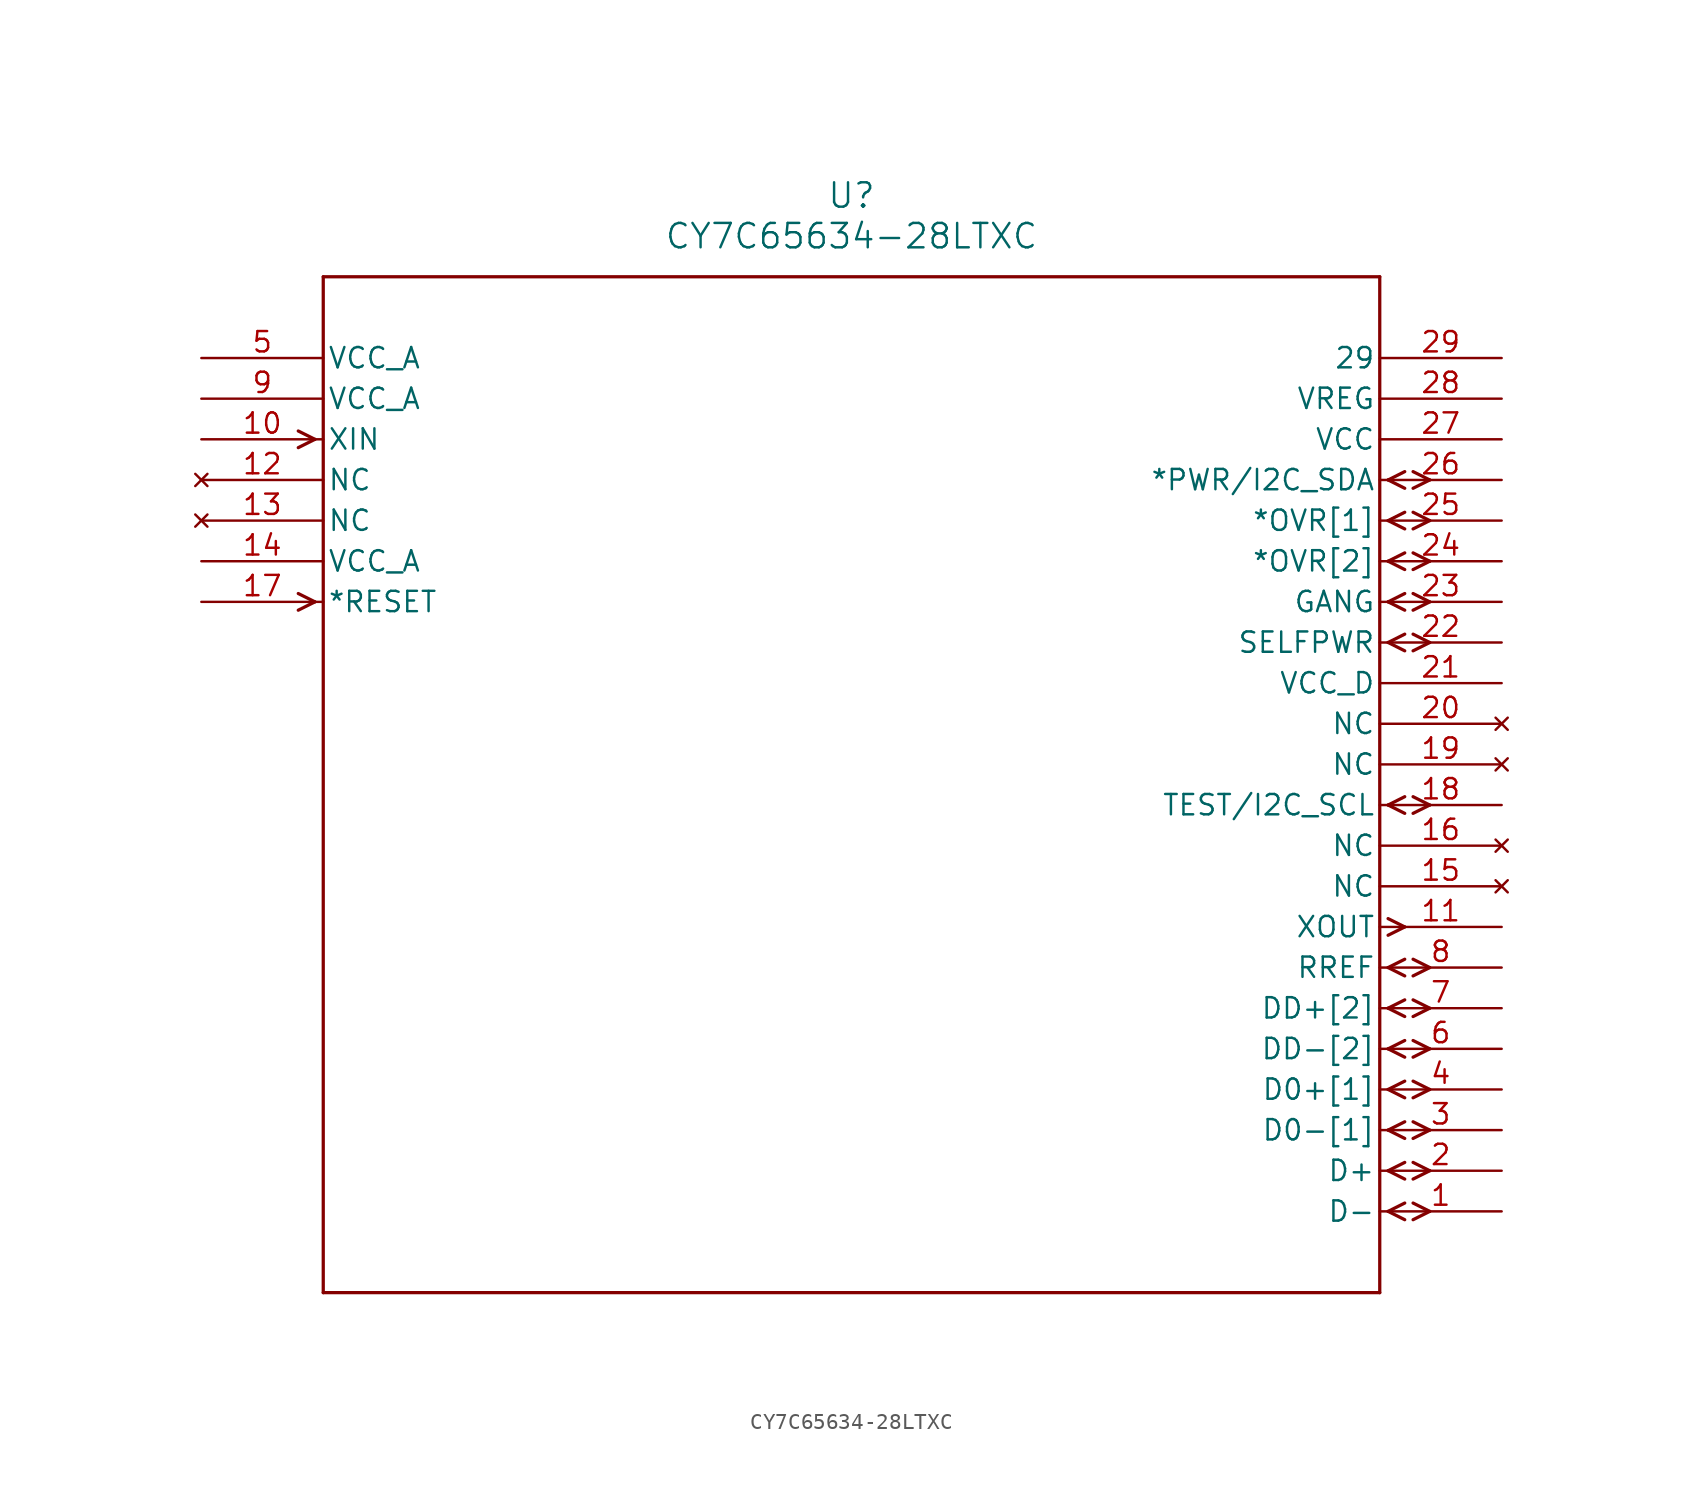
<source format=kicad_sym>
(kicad_symbol_lib
  (version 20211014)
  (generator kicad_symbol_editor)
  (symbol "CY7C65634-28LTXC"
    (pin_names
      (offset 0.254))
    (property "Reference" "U"
      (at 40.64 10.16 0)
      (effects (font (size 1.524 1.524))))
    (property "Value" "CY7C65634-28LTXC"
      (at 40.64 7.62 0)
      (effects (font (size 1.524 1.524))))
    (symbol "CY7C65634-28LTXC_0_1"
      (polyline (pts (xy 7.099 -5.08) (xy 6.058 -4.559)) (stroke (width 0.203) (type default) (color 0 0 0 0)) (fill (type none)))
      (polyline (pts (xy 7.099 -5.08) (xy 6.058 -5.601)) (stroke (width 0.203) (type default) (color 0 0 0 0)) (fill (type none)))
      (polyline (pts (xy 7.099 -15.24) (xy 6.058 -14.719)) (stroke (width 0.203) (type default) (color 0 0 0 0)) (fill (type none)))
      (polyline (pts (xy 7.099 -15.24) (xy 6.058 -15.761)) (stroke (width 0.203) (type default) (color 0 0 0 0)) (fill (type none)))
      (polyline (pts (xy 74.181 -53.34) (xy 75.222 -52.819)) (stroke (width 0.203) (type default) (color 0 0 0 0)) (fill (type none)))
      (polyline (pts (xy 74.181 -53.34) (xy 75.222 -53.861)) (stroke (width 0.203) (type default) (color 0 0 0 0)) (fill (type none)))
      (polyline (pts (xy 75.743 -52.819) (xy 76.784 -53.34)) (stroke (width 0.203) (type default) (color 0 0 0 0)) (fill (type none)))
      (polyline (pts (xy 75.743 -53.861) (xy 76.784 -53.34)) (stroke (width 0.203) (type default) (color 0 0 0 0)) (fill (type none)))
      (polyline (pts (xy 74.181 -50.8) (xy 75.222 -50.279)) (stroke (width 0.203) (type default) (color 0 0 0 0)) (fill (type none)))
      (polyline (pts (xy 74.181 -50.8) (xy 75.222 -51.321)) (stroke (width 0.203) (type default) (color 0 0 0 0)) (fill (type none)))
      (polyline (pts (xy 75.743 -50.279) (xy 76.784 -50.8)) (stroke (width 0.203) (type default) (color 0 0 0 0)) (fill (type none)))
      (polyline (pts (xy 75.743 -51.321) (xy 76.784 -50.8)) (stroke (width 0.203) (type default) (color 0 0 0 0)) (fill (type none)))
      (polyline (pts (xy 74.181 -48.26) (xy 75.222 -47.739)) (stroke (width 0.203) (type default) (color 0 0 0 0)) (fill (type none)))
      (polyline (pts (xy 74.181 -48.26) (xy 75.222 -48.781)) (stroke (width 0.203) (type default) (color 0 0 0 0)) (fill (type none)))
      (polyline (pts (xy 75.743 -47.739) (xy 76.784 -48.26)) (stroke (width 0.203) (type default) (color 0 0 0 0)) (fill (type none)))
      (polyline (pts (xy 75.743 -48.781) (xy 76.784 -48.26)) (stroke (width 0.203) (type default) (color 0 0 0 0)) (fill (type none)))
      (polyline (pts (xy 74.181 -45.72) (xy 75.222 -45.199)) (stroke (width 0.203) (type default) (color 0 0 0 0)) (fill (type none)))
      (polyline (pts (xy 74.181 -45.72) (xy 75.222 -46.241)) (stroke (width 0.203) (type default) (color 0 0 0 0)) (fill (type none)))
      (polyline (pts (xy 75.743 -45.199) (xy 76.784 -45.72)) (stroke (width 0.203) (type default) (color 0 0 0 0)) (fill (type none)))
      (polyline (pts (xy 75.743 -46.241) (xy 76.784 -45.72)) (stroke (width 0.203) (type default) (color 0 0 0 0)) (fill (type none)))
      (polyline (pts (xy 74.181 -43.18) (xy 75.222 -42.659)) (stroke (width 0.203) (type default) (color 0 0 0 0)) (fill (type none)))
      (polyline (pts (xy 74.181 -43.18) (xy 75.222 -43.701)) (stroke (width 0.203) (type default) (color 0 0 0 0)) (fill (type none)))
      (polyline (pts (xy 75.743 -42.659) (xy 76.784 -43.18)) (stroke (width 0.203) (type default) (color 0 0 0 0)) (fill (type none)))
      (polyline (pts (xy 75.743 -43.701) (xy 76.784 -43.18)) (stroke (width 0.203) (type default) (color 0 0 0 0)) (fill (type none)))
      (polyline (pts (xy 74.181 -40.64) (xy 75.222 -40.119)) (stroke (width 0.203) (type default) (color 0 0 0 0)) (fill (type none)))
      (polyline (pts (xy 74.181 -40.64) (xy 75.222 -41.161)) (stroke (width 0.203) (type default) (color 0 0 0 0)) (fill (type none)))
      (polyline (pts (xy 75.743 -40.119) (xy 76.784 -40.64)) (stroke (width 0.203) (type default) (color 0 0 0 0)) (fill (type none)))
      (polyline (pts (xy 75.743 -41.161) (xy 76.784 -40.64)) (stroke (width 0.203) (type default) (color 0 0 0 0)) (fill (type none)))
      (polyline (pts (xy 74.181 -38.1) (xy 75.222 -37.579)) (stroke (width 0.203) (type default) (color 0 0 0 0)) (fill (type none)))
      (polyline (pts (xy 74.181 -38.1) (xy 75.222 -38.621)) (stroke (width 0.203) (type default) (color 0 0 0 0)) (fill (type none)))
      (polyline (pts (xy 75.743 -37.579) (xy 76.784 -38.1)) (stroke (width 0.203) (type default) (color 0 0 0 0)) (fill (type none)))
      (polyline (pts (xy 75.743 -38.621) (xy 76.784 -38.1)) (stroke (width 0.203) (type default) (color 0 0 0 0)) (fill (type none)))
      (polyline (pts (xy 74.181 -35.039) (xy 75.222 -35.56)) (stroke (width 0.203) (type default) (color 0 0 0 0)) (fill (type none)))
      (polyline (pts (xy 74.181 -36.081) (xy 75.222 -35.56)) (stroke (width 0.203) (type default) (color 0 0 0 0)) (fill (type none)))
      (polyline (pts (xy 74.181 -27.94) (xy 75.222 -27.419)) (stroke (width 0.203) (type default) (color 0 0 0 0)) (fill (type none)))
      (polyline (pts (xy 74.181 -27.94) (xy 75.222 -28.461)) (stroke (width 0.203) (type default) (color 0 0 0 0)) (fill (type none)))
      (polyline (pts (xy 75.743 -27.419) (xy 76.784 -27.94)) (stroke (width 0.203) (type default) (color 0 0 0 0)) (fill (type none)))
      (polyline (pts (xy 75.743 -28.461) (xy 76.784 -27.94)) (stroke (width 0.203) (type default) (color 0 0 0 0)) (fill (type none)))
      (polyline (pts (xy 74.181 -17.78) (xy 75.222 -17.259)) (stroke (width 0.203) (type default) (color 0 0 0 0)) (fill (type none)))
      (polyline (pts (xy 74.181 -17.78) (xy 75.222 -18.301)) (stroke (width 0.203) (type default) (color 0 0 0 0)) (fill (type none)))
      (polyline (pts (xy 75.743 -17.259) (xy 76.784 -17.78)) (stroke (width 0.203) (type default) (color 0 0 0 0)) (fill (type none)))
      (polyline (pts (xy 75.743 -18.301) (xy 76.784 -17.78)) (stroke (width 0.203) (type default) (color 0 0 0 0)) (fill (type none)))
      (polyline (pts (xy 74.181 -15.24) (xy 75.222 -14.719)) (stroke (width 0.203) (type default) (color 0 0 0 0)) (fill (type none)))
      (polyline (pts (xy 74.181 -15.24) (xy 75.222 -15.761)) (stroke (width 0.203) (type default) (color 0 0 0 0)) (fill (type none)))
      (polyline (pts (xy 75.743 -14.719) (xy 76.784 -15.24)) (stroke (width 0.203) (type default) (color 0 0 0 0)) (fill (type none)))
      (polyline (pts (xy 75.743 -15.761) (xy 76.784 -15.24)) (stroke (width 0.203) (type default) (color 0 0 0 0)) (fill (type none)))
      (polyline (pts (xy 74.181 -12.7) (xy 75.222 -12.179)) (stroke (width 0.203) (type default) (color 0 0 0 0)) (fill (type none)))
      (polyline (pts (xy 74.181 -12.7) (xy 75.222 -13.221)) (stroke (width 0.203) (type default) (color 0 0 0 0)) (fill (type none)))
      (polyline (pts (xy 75.743 -12.179) (xy 76.784 -12.7)) (stroke (width 0.203) (type default) (color 0 0 0 0)) (fill (type none)))
      (polyline (pts (xy 75.743 -13.221) (xy 76.784 -12.7)) (stroke (width 0.203) (type default) (color 0 0 0 0)) (fill (type none)))
      (polyline (pts (xy 74.181 -10.16) (xy 75.222 -9.639)) (stroke (width 0.203) (type default) (color 0 0 0 0)) (fill (type none)))
      (polyline (pts (xy 74.181 -10.16) (xy 75.222 -10.681)) (stroke (width 0.203) (type default) (color 0 0 0 0)) (fill (type none)))
      (polyline (pts (xy 75.743 -9.639) (xy 76.784 -10.16)) (stroke (width 0.203) (type default) (color 0 0 0 0)) (fill (type none)))
      (polyline (pts (xy 75.743 -10.681) (xy 76.784 -10.16)) (stroke (width 0.203) (type default) (color 0 0 0 0)) (fill (type none)))
      (polyline (pts (xy 74.181 -7.62) (xy 75.222 -7.099)) (stroke (width 0.203) (type default) (color 0 0 0 0)) (fill (type none)))
      (polyline (pts (xy 74.181 -7.62) (xy 75.222 -8.141)) (stroke (width 0.203) (type default) (color 0 0 0 0)) (fill (type none)))
      (polyline (pts (xy 75.743 -7.099) (xy 76.784 -7.62)) (stroke (width 0.203) (type default) (color 0 0 0 0)) (fill (type none)))
      (polyline (pts (xy 75.743 -8.141) (xy 76.784 -7.62)) (stroke (width 0.203) (type default) (color 0 0 0 0)) (fill (type none)))
      (polyline (pts (xy 7.62 5.08) (xy 7.62 -58.42)) (stroke (width 0.203) (type default) (color 0 0 0 0)) (fill (type none)))
      (polyline (pts (xy 7.62 -58.42) (xy 73.66 -58.42)) (stroke (width 0.203) (type default) (color 0 0 0 0)) (fill (type none)))
      (polyline (pts (xy 73.66 -58.42) (xy 73.66 5.08)) (stroke (width 0.203) (type default) (color 0 0 0 0)) (fill (type none)))
      (polyline (pts (xy 73.66 5.08) (xy 7.62 5.08)) (stroke (width 0.203) (type default) (color 0 0 0 0)) (fill (type none)))
      (pin bidirectional line (at 81.28 -53.34 180) (length 7.62) (name "D-" (effects (font (size 1.27 1.27)))) (number "1" (effects (font (size 1.27 1.27)))))
      (pin bidirectional line (at 81.28 -50.8 180) (length 7.62) (name "D+" (effects (font (size 1.27 1.27)))) (number "2" (effects (font (size 1.27 1.27)))))
      (pin bidirectional line (at 81.28 -48.26 180) (length 7.62) (name "D0-[1]" (effects (font (size 1.27 1.27)))) (number "3" (effects (font (size 1.27 1.27)))))
      (pin bidirectional line (at 81.28 -45.72 180) (length 7.62) (name "D0+[1]" (effects (font (size 1.27 1.27)))) (number "4" (effects (font (size 1.27 1.27)))))
      (pin power_in line (at 0 0 0) (length 7.62) (name "VCC_A" (effects (font (size 1.27 1.27)))) (number "5" (effects (font (size 1.27 1.27)))))
      (pin bidirectional line (at 81.28 -43.18 180) (length 7.62) (name "DD-[2]" (effects (font (size 1.27 1.27)))) (number "6" (effects (font (size 1.27 1.27)))))
      (pin bidirectional line (at 81.28 -40.64 180) (length 7.62) (name "DD+[2]" (effects (font (size 1.27 1.27)))) (number "7" (effects (font (size 1.27 1.27)))))
      (pin bidirectional line (at 81.28 -38.1 180) (length 7.62) (name "RREF" (effects (font (size 1.27 1.27)))) (number "8" (effects (font (size 1.27 1.27)))))
      (pin power_in line (at 0 -2.54 0) (length 7.62) (name "VCC_A" (effects (font (size 1.27 1.27)))) (number "9" (effects (font (size 1.27 1.27)))))
      (pin input line (at 0 -5.08 0) (length 7.62) (name "XIN" (effects (font (size 1.27 1.27)))) (number "10" (effects (font (size 1.27 1.27)))))
      (pin output line (at 81.28 -35.56 180) (length 7.62) (name "XOUT" (effects (font (size 1.27 1.27)))) (number "11" (effects (font (size 1.27 1.27)))))
      (pin no_connect line (at 0 -7.62 0) (length 7.62) (name "NC" (effects (font (size 1.27 1.27)))) (number "12" (effects (font (size 1.27 1.27)))))
      (pin no_connect line (at 0 -10.16 0) (length 7.62) (name "NC" (effects (font (size 1.27 1.27)))) (number "13" (effects (font (size 1.27 1.27)))))
      (pin power_in line (at 0 -12.7 0) (length 7.62) (name "VCC_A" (effects (font (size 1.27 1.27)))) (number "14" (effects (font (size 1.27 1.27)))))
      (pin no_connect line (at 81.28 -33.02 180) (length 7.62) (name "NC" (effects (font (size 1.27 1.27)))) (number "15" (effects (font (size 1.27 1.27)))))
      (pin no_connect line (at 81.28 -30.48 180) (length 7.62) (name "NC" (effects (font (size 1.27 1.27)))) (number "16" (effects (font (size 1.27 1.27)))))
      (pin input line (at 0 -15.24 0) (length 7.62) (name "*RESET" (effects (font (size 1.27 1.27)))) (number "17" (effects (font (size 1.27 1.27)))))
      (pin bidirectional line (at 81.28 -27.94 180) (length 7.62) (name "TEST/I2C_SCL" (effects (font (size 1.27 1.27)))) (number "18" (effects (font (size 1.27 1.27)))))
      (pin no_connect line (at 81.28 -25.4 180) (length 7.62) (name "NC" (effects (font (size 1.27 1.27)))) (number "19" (effects (font (size 1.27 1.27)))))
      (pin no_connect line (at 81.28 -22.86 180) (length 7.62) (name "NC" (effects (font (size 1.27 1.27)))) (number "20" (effects (font (size 1.27 1.27)))))
      (pin power_in line (at 81.28 -20.32 180) (length 7.62) (name "VCC_D" (effects (font (size 1.27 1.27)))) (number "21" (effects (font (size 1.27 1.27)))))
      (pin bidirectional line (at 81.28 -17.78 180) (length 7.62) (name "SELFPWR" (effects (font (size 1.27 1.27)))) (number "22" (effects (font (size 1.27 1.27)))))
      (pin bidirectional line (at 81.28 -15.24 180) (length 7.62) (name "GANG" (effects (font (size 1.27 1.27)))) (number "23" (effects (font (size 1.27 1.27)))))
      (pin bidirectional line (at 81.28 -12.7 180) (length 7.62) (name "*OVR[2]" (effects (font (size 1.27 1.27)))) (number "24" (effects (font (size 1.27 1.27)))))
      (pin bidirectional line (at 81.28 -10.16 180) (length 7.62) (name "*OVR[1]" (effects (font (size 1.27 1.27)))) (number "25" (effects (font (size 1.27 1.27)))))
      (pin bidirectional line (at 81.28 -7.62 180) (length 7.62) (name "*PWR/I2C_SDA" (effects (font (size 1.27 1.27)))) (number "26" (effects (font (size 1.27 1.27)))))
      (pin power_in line (at 81.28 -5.08 180) (length 7.62) (name "VCC" (effects (font (size 1.27 1.27)))) (number "27" (effects (font (size 1.27 1.27)))))
      (pin power_in line (at 81.28 -2.54 180) (length 7.62) (name "VREG" (effects (font (size 1.27 1.27)))) (number "28" (effects (font (size 1.27 1.27)))))
      (pin unspecified line (at 81.28 0 180) (length 7.62) (name "29" (effects (font (size 1.27 1.27)))) (number "29" (effects (font (size 1.27 1.27))))))))
</source>
